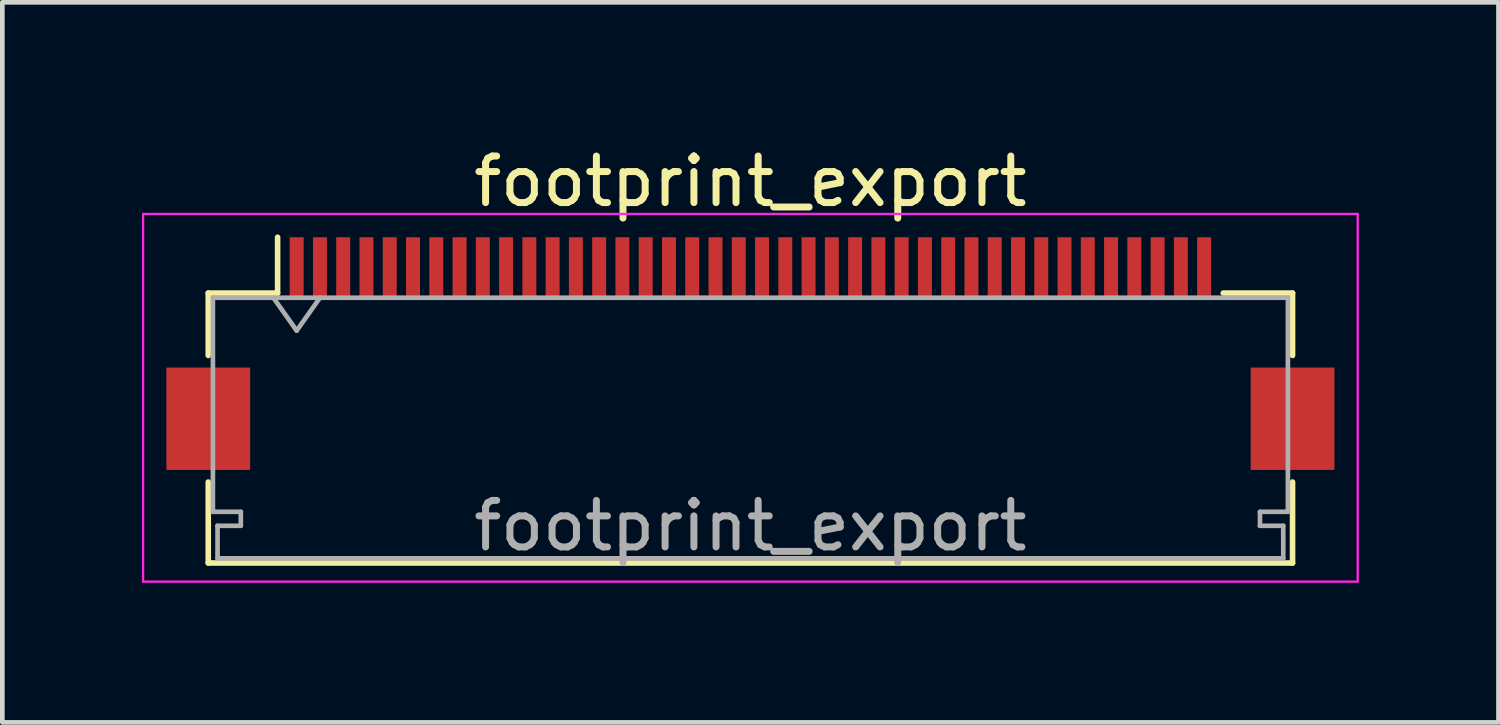
<source format=kicad_pcb>
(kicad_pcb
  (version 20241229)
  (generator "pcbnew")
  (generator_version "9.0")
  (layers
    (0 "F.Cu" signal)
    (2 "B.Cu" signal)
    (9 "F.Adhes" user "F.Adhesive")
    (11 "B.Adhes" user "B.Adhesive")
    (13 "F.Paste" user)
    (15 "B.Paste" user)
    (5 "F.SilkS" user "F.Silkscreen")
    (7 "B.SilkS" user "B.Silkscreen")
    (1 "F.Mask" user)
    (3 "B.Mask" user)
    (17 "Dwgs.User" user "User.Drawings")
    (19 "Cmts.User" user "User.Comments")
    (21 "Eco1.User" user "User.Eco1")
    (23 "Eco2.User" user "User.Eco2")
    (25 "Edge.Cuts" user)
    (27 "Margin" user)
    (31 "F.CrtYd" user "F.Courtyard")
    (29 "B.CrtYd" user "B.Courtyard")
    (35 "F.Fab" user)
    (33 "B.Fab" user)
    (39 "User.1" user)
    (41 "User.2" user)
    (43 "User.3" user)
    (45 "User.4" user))
  (footprint "footprint_export"
    (layer "F.Cu")
    (at 13.075 4.548)
    (property "Reference" "footprint_export" (at 0 -3.7 0) (layer "F.SilkS") (effects (font (size 1 1) (thickness 0.15))))
    (attr smd)
    (fp_line (start -11.65 -1.3) (end -11.65 0.04) (stroke (width 0.12) (type solid)) (layer "F.SilkS"))
    (fp_line (start -11.65 2.76) (end -11.65 4.5) (stroke (width 0.12) (type solid)) (layer "F.SilkS"))
    (fp_line (start -11.65 4.5) (end 11.65 4.5) (stroke (width 0.12) (type solid)) (layer "F.SilkS"))
    (fp_line (start -10.16 -1.3) (end -11.65 -1.3) (stroke (width 0.12) (type solid)) (layer "F.SilkS"))
    (fp_line (start -10.16 -1.3) (end -10.16 -2.5) (stroke (width 0.12) (type solid)) (layer "F.SilkS"))
    (fp_line (start 10.16 -1.3) (end 11.65 -1.3) (stroke (width 0.12) (type solid)) (layer "F.SilkS"))
    (fp_line (start 11.65 -1.3) (end 11.65 0.04) (stroke (width 0.12) (type solid)) (layer "F.SilkS"))
    (fp_line (start 11.65 4.5) (end 11.65 2.76) (stroke (width 0.12) (type solid)) (layer "F.SilkS"))
    (fp_line (start -13.05 -3) (end -13.05 4.9) (stroke (width 0.05) (type solid)) (layer "F.CrtYd"))
    (fp_line (start -13.05 4.9) (end 13.05 4.9) (stroke (width 0.05) (type solid)) (layer "F.CrtYd"))
    (fp_line (start 13.05 -3) (end -13.05 -3) (stroke (width 0.05) (type solid)) (layer "F.CrtYd"))
    (fp_line (start 13.05 4.9) (end 13.05 -3) (stroke (width 0.05) (type solid)) (layer "F.CrtYd"))
    (fp_line (start -11.55 -1.2) (end -11.55 3.4) (stroke (width 0.1) (type solid)) (layer "F.Fab"))
    (fp_line (start -11.55 3.4) (end -10.95 3.4) (stroke (width 0.1) (type solid)) (layer "F.Fab"))
    (fp_line (start -11.45 3.7) (end -11.45 4.4) (stroke (width 0.1) (type solid)) (layer "F.Fab"))
    (fp_line (start -11.45 4.4) (end 0 4.4) (stroke (width 0.1) (type solid)) (layer "F.Fab"))
    (fp_line (start -10.95 3.4) (end -10.95 3.7) (stroke (width 0.1) (type solid)) (layer "F.Fab"))
    (fp_line (start -10.95 3.7) (end -11.45 3.7) (stroke (width 0.1) (type solid)) (layer "F.Fab"))
    (fp_line (start -10.25 -1.2) (end -9.75 -0.493) (stroke (width 0.1) (type solid)) (layer "F.Fab"))
    (fp_line (start -9.75 -0.493) (end -9.25 -1.2) (stroke (width 0.1) (type solid)) (layer "F.Fab"))
    (fp_line (start 0 -1.2) (end -11.55 -1.2) (stroke (width 0.1) (type solid)) (layer "F.Fab"))
    (fp_line (start 0 -1.2) (end 11.55 -1.2) (stroke (width 0.1) (type solid)) (layer "F.Fab"))
    (fp_line (start 10.95 3.4) (end 10.95 3.7) (stroke (width 0.1) (type solid)) (layer "F.Fab"))
    (fp_line (start 10.95 3.7) (end 11.45 3.7) (stroke (width 0.1) (type solid)) (layer "F.Fab"))
    (fp_line (start 11.45 3.7) (end 11.45 4.4) (stroke (width 0.1) (type solid)) (layer "F.Fab"))
    (fp_line (start 11.45 4.4) (end 0 4.4) (stroke (width 0.1) (type solid)) (layer "F.Fab"))
    (fp_line (start 11.55 -1.2) (end 11.55 3.4) (stroke (width 0.1) (type solid)) (layer "F.Fab"))
    (fp_line (start 11.55 3.4) (end 10.95 3.4) (stroke (width 0.1) (type solid)) (layer "F.Fab"))
    (fp_text user "${REFERENCE}" (at 0 3.7 0) (layer "F.Fab") (effects (font (size 1 1) (thickness 0.15))))
    (pad "1" smd rect (at -9.75 -1.85) (size 0.3 1.3) (layers "F.Cu" "F.Mask" "F.Paste"))
    (pad "2" smd rect (at -9.25 -1.85) (size 0.3 1.3) (layers "F.Cu" "F.Mask" "F.Paste"))
    (pad "3" smd rect (at -8.75 -1.85) (size 0.3 1.3) (layers "F.Cu" "F.Mask" "F.Paste"))
    (pad "4" smd rect (at -8.25 -1.85) (size 0.3 1.3) (layers "F.Cu" "F.Mask" "F.Paste"))
    (pad "5" smd rect (at -7.75 -1.85) (size 0.3 1.3) (layers "F.Cu" "F.Mask" "F.Paste"))
    (pad "6" smd rect (at -7.25 -1.85) (size 0.3 1.3) (layers "F.Cu" "F.Mask" "F.Paste"))
    (pad "7" smd rect (at -6.75 -1.85) (size 0.3 1.3) (layers "F.Cu" "F.Mask" "F.Paste"))
    (pad "8" smd rect (at -6.25 -1.85) (size 0.3 1.3) (layers "F.Cu" "F.Mask" "F.Paste"))
    (pad "9" smd rect (at -5.75 -1.85) (size 0.3 1.3) (layers "F.Cu" "F.Mask" "F.Paste"))
    (pad "10" smd rect (at -5.25 -1.85) (size 0.3 1.3) (layers "F.Cu" "F.Mask" "F.Paste"))
    (pad "11" smd rect (at -4.75 -1.85) (size 0.3 1.3) (layers "F.Cu" "F.Mask" "F.Paste"))
    (pad "12" smd rect (at -4.25 -1.85) (size 0.3 1.3) (layers "F.Cu" "F.Mask" "F.Paste"))
    (pad "13" smd rect (at -3.75 -1.85) (size 0.3 1.3) (layers "F.Cu" "F.Mask" "F.Paste"))
    (pad "14" smd rect (at -3.25 -1.85) (size 0.3 1.3) (layers "F.Cu" "F.Mask" "F.Paste"))
    (pad "15" smd rect (at -2.75 -1.85) (size 0.3 1.3) (layers "F.Cu" "F.Mask" "F.Paste"))
    (pad "16" smd rect (at -2.25 -1.85) (size 0.3 1.3) (layers "F.Cu" "F.Mask" "F.Paste"))
    (pad "17" smd rect (at -1.75 -1.85) (size 0.3 1.3) (layers "F.Cu" "F.Mask" "F.Paste"))
    (pad "18" smd rect (at -1.25 -1.85) (size 0.3 1.3) (layers "F.Cu" "F.Mask" "F.Paste"))
    (pad "19" smd rect (at -0.75 -1.85) (size 0.3 1.3) (layers "F.Cu" "F.Mask" "F.Paste"))
    (pad "20" smd rect (at -0.25 -1.85) (size 0.3 1.3) (layers "F.Cu" "F.Mask" "F.Paste"))
    (pad "21" smd rect (at 0.25 -1.85) (size 0.3 1.3) (layers "F.Cu" "F.Mask" "F.Paste"))
    (pad "22" smd rect (at 0.75 -1.85) (size 0.3 1.3) (layers "F.Cu" "F.Mask" "F.Paste"))
    (pad "23" smd rect (at 1.25 -1.85) (size 0.3 1.3) (layers "F.Cu" "F.Mask" "F.Paste"))
    (pad "24" smd rect (at 1.75 -1.85) (size 0.3 1.3) (layers "F.Cu" "F.Mask" "F.Paste"))
    (pad "25" smd rect (at 2.25 -1.85) (size 0.3 1.3) (layers "F.Cu" "F.Mask" "F.Paste"))
    (pad "26" smd rect (at 2.75 -1.85) (size 0.3 1.3) (layers "F.Cu" "F.Mask" "F.Paste"))
    (pad "27" smd rect (at 3.25 -1.85) (size 0.3 1.3) (layers "F.Cu" "F.Mask" "F.Paste"))
    (pad "28" smd rect (at 3.75 -1.85) (size 0.3 1.3) (layers "F.Cu" "F.Mask" "F.Paste"))
    (pad "29" smd rect (at 4.25 -1.85) (size 0.3 1.3) (layers "F.Cu" "F.Mask" "F.Paste"))
    (pad "30" smd rect (at 4.75 -1.85) (size 0.3 1.3) (layers "F.Cu" "F.Mask" "F.Paste"))
    (pad "31" smd rect (at 5.25 -1.85) (size 0.3 1.3) (layers "F.Cu" "F.Mask" "F.Paste"))
    (pad "32" smd rect (at 5.75 -1.85) (size 0.3 1.3) (layers "F.Cu" "F.Mask" "F.Paste"))
    (pad "33" smd rect (at 6.25 -1.85) (size 0.3 1.3) (layers "F.Cu" "F.Mask" "F.Paste"))
    (pad "34" smd rect (at 6.75 -1.85) (size 0.3 1.3) (layers "F.Cu" "F.Mask" "F.Paste"))
    (pad "35" smd rect (at 7.25 -1.85) (size 0.3 1.3) (layers "F.Cu" "F.Mask" "F.Paste"))
    (pad "36" smd rect (at 7.75 -1.85) (size 0.3 1.3) (layers "F.Cu" "F.Mask" "F.Paste"))
    (pad "37" smd rect (at 8.25 -1.85) (size 0.3 1.3) (layers "F.Cu" "F.Mask" "F.Paste"))
    (pad "38" smd rect (at 8.75 -1.85) (size 0.3 1.3) (layers "F.Cu" "F.Mask" "F.Paste"))
    (pad "39" smd rect (at 9.25 -1.85) (size 0.3 1.3) (layers "F.Cu" "F.Mask" "F.Paste"))
    (pad "40" smd rect (at 9.75 -1.85) (size 0.3 1.3) (layers "F.Cu" "F.Mask" "F.Paste"))
    (pad "MP" smd rect (at -11.65 1.4) (size 1.8 2.2) (layers "F.Cu" "F.Mask" "F.Paste"))
    (pad "MP" smd rect (at 11.65 1.4) (size 1.8 2.2) (layers "F.Cu" "F.Mask" "F.Paste")))
  (gr_rect
    (start -3 -3)
    (end 29.15 12.473)
    (stroke (width 0.1) (type default))
    (fill no)
    (layer "Edge.Cuts")))
</source>
